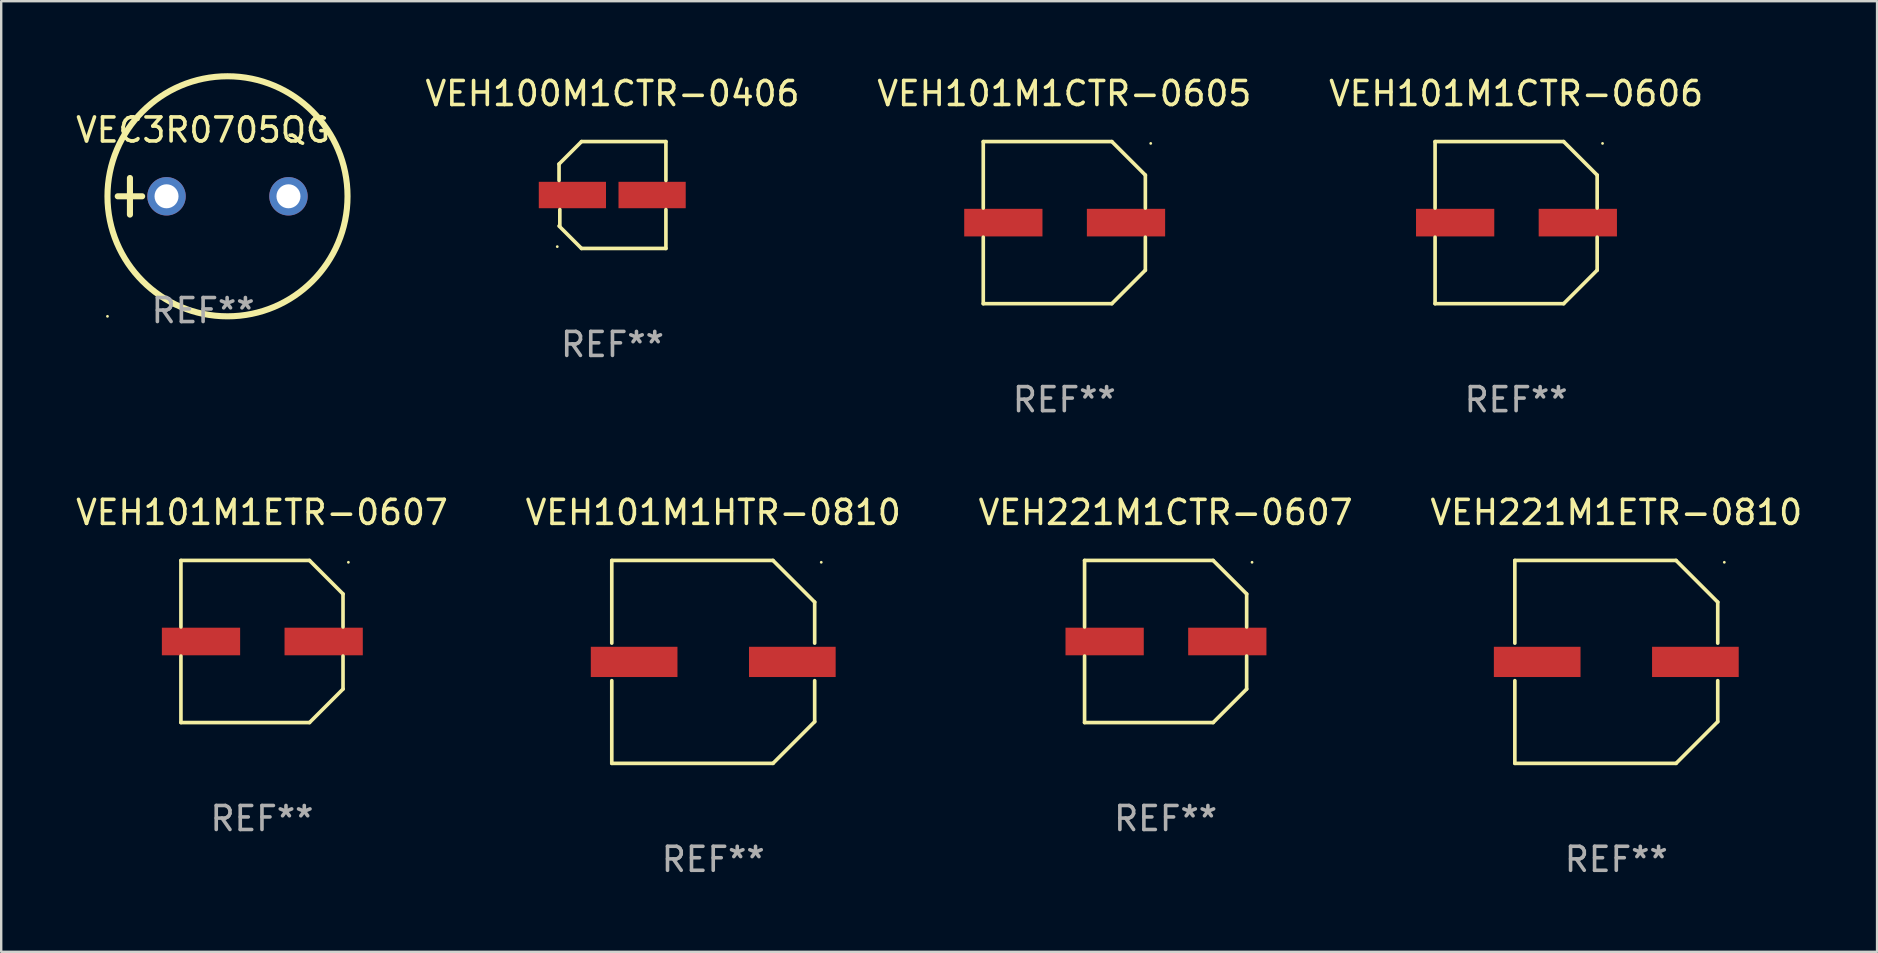
<source format=kicad_pcb>
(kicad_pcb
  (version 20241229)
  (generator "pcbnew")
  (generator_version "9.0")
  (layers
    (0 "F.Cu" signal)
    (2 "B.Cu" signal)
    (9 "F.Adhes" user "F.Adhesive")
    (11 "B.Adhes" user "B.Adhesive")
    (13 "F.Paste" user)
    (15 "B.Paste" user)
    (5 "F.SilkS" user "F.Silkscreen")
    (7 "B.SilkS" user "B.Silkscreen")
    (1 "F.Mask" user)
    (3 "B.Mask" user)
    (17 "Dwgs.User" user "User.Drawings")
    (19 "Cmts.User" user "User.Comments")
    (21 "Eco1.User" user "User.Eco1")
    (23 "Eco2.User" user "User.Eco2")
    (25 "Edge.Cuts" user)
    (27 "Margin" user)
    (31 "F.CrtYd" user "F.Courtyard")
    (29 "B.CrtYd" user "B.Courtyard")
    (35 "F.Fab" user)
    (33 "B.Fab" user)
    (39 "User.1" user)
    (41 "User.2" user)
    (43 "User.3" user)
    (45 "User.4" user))
  (footprint "VEH101M1HTR-0810"
    (layer "F.Cu")
    (at 26.661 24.523)
    (property "Reference" "VEH101M1HTR-0810" (at 0 -6.226 0) (layer "F.SilkS") (effects (font (size 1 1) (thickness 0.15))))
    (attr through_hole)
    (fp_line (start -4.226 -4.226) (end 2.49 -4.226) (stroke (width 0.152) (type solid)) (layer "F.SilkS"))
    (fp_line (start -4.226 -0.782) (end -4.226 -4.226) (stroke (width 0.152) (type solid)) (layer "F.SilkS"))
    (fp_line (start -4.226 0.782) (end -4.226 4.226) (stroke (width 0.152) (type solid)) (layer "F.SilkS"))
    (fp_line (start -4.226 4.226) (end 2.49 4.226) (stroke (width 0.152) (type solid)) (layer "F.SilkS"))
    (fp_line (start 2.49 -4.226) (end 4.226 -2.49) (stroke (width 0.152) (type solid)) (layer "F.SilkS"))
    (fp_line (start 2.49 4.226) (end 4.226 2.49) (stroke (width 0.152) (type solid)) (layer "F.SilkS"))
    (fp_line (start 4.226 -2.49) (end 4.226 -0.782) (stroke (width 0.152) (type solid)) (layer "F.SilkS"))
    (fp_line (start 4.226 2.49) (end 4.226 0.782) (stroke (width 0.152) (type solid)) (layer "F.SilkS"))
    (fp_circle (center 4.5 -4.15) (end 4.53 -4.15) (stroke (width 0.06) (type solid)) (fill no) (layer "F.SilkS"))
    (fp_text user "REF**" (at 0 8.226 0) (layer "F.Fab") (effects (font (size 1 1) (thickness 0.15))))
    (pad "1" smd rect (at 3.295 0 180) (size 3.61 1.26) (layers "F.Cu" "F.Mask" "F.Paste"))
    (pad "2" smd rect (at -3.295 0 180) (size 3.61 1.26) (layers "F.Cu" "F.Mask" "F.Paste")))
  (footprint "VEH101M1ETR-0607"
    (layer "F.Cu")
    (at 7.863 23.673)
    (property "Reference" "VEH101M1ETR-0607" (at 0 -5.376 0) (layer "F.SilkS") (effects (font (size 1 1) (thickness 0.15))))
    (attr through_hole)
    (fp_line (start -3.376 -3.376) (end 1.98 -3.376) (stroke (width 0.152) (type solid)) (layer "F.SilkS"))
    (fp_line (start -3.376 -0.607) (end -3.376 -3.376) (stroke (width 0.152) (type solid)) (layer "F.SilkS"))
    (fp_line (start -3.376 0.607) (end -3.376 3.376) (stroke (width 0.152) (type solid)) (layer "F.SilkS"))
    (fp_line (start -3.376 3.376) (end 1.98 3.376) (stroke (width 0.152) (type solid)) (layer "F.SilkS"))
    (fp_line (start 1.98 -3.376) (end 3.376 -1.98) (stroke (width 0.152) (type solid)) (layer "F.SilkS"))
    (fp_line (start 1.98 3.376) (end 3.376 1.98) (stroke (width 0.152) (type solid)) (layer "F.SilkS"))
    (fp_line (start 3.376 -1.98) (end 3.376 -0.607) (stroke (width 0.152) (type solid)) (layer "F.SilkS"))
    (fp_line (start 3.376 1.98) (end 3.376 0.607) (stroke (width 0.152) (type solid)) (layer "F.SilkS"))
    (fp_circle (center 3.6 -3.3) (end 3.63 -3.3) (stroke (width 0.06) (type solid)) (fill no) (layer "F.SilkS"))
    (fp_text user "REF**" (at 0 7.376 0) (layer "F.Fab") (effects (font (size 1 1) (thickness 0.15))))
    (pad "1" smd rect (at 2.57 0 180) (size 3.26 1.15) (layers "F.Cu" "F.Mask" "F.Paste"))
    (pad "2" smd rect (at -2.54 0 180) (size 3.26 1.15) (layers "F.Cu" "F.Mask" "F.Paste")))
  (footprint "VEH101M1CTR-0606"
    (layer "F.Cu")
    (at 60.107 6.224)
    (property "Reference" "VEH101M1CTR-0606" (at 0 -5.376 0) (layer "F.SilkS") (effects (font (size 1 1) (thickness 0.15))))
    (attr through_hole)
    (fp_line (start -3.376 -3.376) (end 1.98 -3.376) (stroke (width 0.152) (type solid)) (layer "F.SilkS"))
    (fp_line (start -3.376 -0.607) (end -3.376 -3.376) (stroke (width 0.152) (type solid)) (layer "F.SilkS"))
    (fp_line (start -3.376 0.607) (end -3.376 3.376) (stroke (width 0.152) (type solid)) (layer "F.SilkS"))
    (fp_line (start -3.376 3.376) (end 1.98 3.376) (stroke (width 0.152) (type solid)) (layer "F.SilkS"))
    (fp_line (start 1.98 -3.376) (end 3.376 -1.98) (stroke (width 0.152) (type solid)) (layer "F.SilkS"))
    (fp_line (start 1.98 3.376) (end 3.376 1.98) (stroke (width 0.152) (type solid)) (layer "F.SilkS"))
    (fp_line (start 3.376 -1.98) (end 3.376 -0.607) (stroke (width 0.152) (type solid)) (layer "F.SilkS"))
    (fp_line (start 3.376 1.98) (end 3.376 0.607) (stroke (width 0.152) (type solid)) (layer "F.SilkS"))
    (fp_circle (center 3.6 -3.3) (end 3.63 -3.3) (stroke (width 0.06) (type solid)) (fill no) (layer "F.SilkS"))
    (fp_text user "REF**" (at 0 7.376 0) (layer "F.Fab") (effects (font (size 1 1) (thickness 0.15))))
    (pad "1" smd rect (at 2.57 0 180) (size 3.26 1.15) (layers "F.Cu" "F.Mask" "F.Paste"))
    (pad "2" smd rect (at -2.54 0 180) (size 3.26 1.15) (layers "F.Cu" "F.Mask" "F.Paste")))
  (footprint "VEH221M1ETR-0810"
    (layer "F.Cu")
    (at 64.28 24.523)
    (property "Reference" "VEH221M1ETR-0810" (at 0 -6.226 0) (layer "F.SilkS") (effects (font (size 1 1) (thickness 0.15))))
    (attr through_hole)
    (fp_line (start -4.226 -4.226) (end 2.49 -4.226) (stroke (width 0.152) (type solid)) (layer "F.SilkS"))
    (fp_line (start -4.226 -0.782) (end -4.226 -4.226) (stroke (width 0.152) (type solid)) (layer "F.SilkS"))
    (fp_line (start -4.226 0.782) (end -4.226 4.226) (stroke (width 0.152) (type solid)) (layer "F.SilkS"))
    (fp_line (start -4.226 4.226) (end 2.49 4.226) (stroke (width 0.152) (type solid)) (layer "F.SilkS"))
    (fp_line (start 2.49 -4.226) (end 4.226 -2.49) (stroke (width 0.152) (type solid)) (layer "F.SilkS"))
    (fp_line (start 2.49 4.226) (end 4.226 2.49) (stroke (width 0.152) (type solid)) (layer "F.SilkS"))
    (fp_line (start 4.226 -2.49) (end 4.226 -0.782) (stroke (width 0.152) (type solid)) (layer "F.SilkS"))
    (fp_line (start 4.226 2.49) (end 4.226 0.782) (stroke (width 0.152) (type solid)) (layer "F.SilkS"))
    (fp_circle (center 4.5 -4.15) (end 4.53 -4.15) (stroke (width 0.06) (type solid)) (fill no) (layer "F.SilkS"))
    (fp_text user "REF**" (at 0 8.226 0) (layer "F.Fab") (effects (font (size 1 1) (thickness 0.15))))
    (pad "1" smd rect (at 3.295 0 180) (size 3.61 1.26) (layers "F.Cu" "F.Mask" "F.Paste"))
    (pad "2" smd rect (at -3.295 0 180) (size 3.61 1.26) (layers "F.Cu" "F.Mask" "F.Paste")))
  (footprint "VEC3R0705QG"
    (layer "F.Cu")
    (at 5.411 5.127)
    (property "Reference" "VEC3R0705QG" (at 0 -2.762 0) (layer "F.SilkS") (effects (font (size 1 1) (thickness 0.15))))
    (attr through_hole)
    (fp_line (start -3.556 0) (end -2.54 0) (stroke (width 0.254) (type solid)) (layer "F.SilkS"))
    (fp_line (start -3.048 -0.762) (end -3.048 0.762) (stroke (width 0.254) (type solid)) (layer "F.SilkS"))
    (fp_circle (center -3.984 5) (end -3.954 5) (stroke (width 0.06) (type solid)) (fill no) (layer "F.SilkS"))
    (fp_circle (center 1.016 0) (end 6.016 0) (stroke (width 0.254) (type solid)) (fill no) (layer "F.SilkS"))
    (fp_text user "REF**" (at 0 4.762 0) (layer "F.Fab") (effects (font (size 1 1) (thickness 0.15))))
    (pad "1" thru_hole circle (at -1.524 0) (size 1.6 1.6) (drill 1) (layers "*.Cu" "*.Mask"))
    (pad "2" thru_hole circle (at 3.556 0) (size 1.6 1.6) (drill 1) (layers "*.Cu" "*.Mask")))
  (footprint "VEH221M1CTR-0607"
    (layer "F.Cu")
    (at 45.506 23.673)
    (property "Reference" "VEH221M1CTR-0607" (at 0 -5.376 0) (layer "F.SilkS") (effects (font (size 1 1) (thickness 0.15))))
    (attr through_hole)
    (fp_line (start -3.376 -3.376) (end 1.98 -3.376) (stroke (width 0.152) (type solid)) (layer "F.SilkS"))
    (fp_line (start -3.376 -0.607) (end -3.376 -3.376) (stroke (width 0.152) (type solid)) (layer "F.SilkS"))
    (fp_line (start -3.376 0.607) (end -3.376 3.376) (stroke (width 0.152) (type solid)) (layer "F.SilkS"))
    (fp_line (start -3.376 3.376) (end 1.98 3.376) (stroke (width 0.152) (type solid)) (layer "F.SilkS"))
    (fp_line (start 1.98 -3.376) (end 3.376 -1.98) (stroke (width 0.152) (type solid)) (layer "F.SilkS"))
    (fp_line (start 1.98 3.376) (end 3.376 1.98) (stroke (width 0.152) (type solid)) (layer "F.SilkS"))
    (fp_line (start 3.376 -1.98) (end 3.376 -0.607) (stroke (width 0.152) (type solid)) (layer "F.SilkS"))
    (fp_line (start 3.376 1.98) (end 3.376 0.607) (stroke (width 0.152) (type solid)) (layer "F.SilkS"))
    (fp_circle (center 3.6 -3.3) (end 3.63 -3.3) (stroke (width 0.06) (type solid)) (fill no) (layer "F.SilkS"))
    (fp_text user "REF**" (at 0 7.376 0) (layer "F.Fab") (effects (font (size 1 1) (thickness 0.15))))
    (pad "1" smd rect (at 2.57 0 180) (size 3.26 1.15) (layers "F.Cu" "F.Mask" "F.Paste"))
    (pad "2" smd rect (at -2.54 0 180) (size 3.26 1.15) (layers "F.Cu" "F.Mask" "F.Paste")))
  (footprint "VEH101M1CTR-0605"
    (layer "F.Cu")
    (at 41.286 6.224)
    (property "Reference" "VEH101M1CTR-0605" (at 0 -5.376 0) (layer "F.SilkS") (effects (font (size 1 1) (thickness 0.15))))
    (attr through_hole)
    (fp_line (start -3.376 -3.376) (end 1.98 -3.376) (stroke (width 0.152) (type solid)) (layer "F.SilkS"))
    (fp_line (start -3.376 -0.607) (end -3.376 -3.376) (stroke (width 0.152) (type solid)) (layer "F.SilkS"))
    (fp_line (start -3.376 0.607) (end -3.376 3.376) (stroke (width 0.152) (type solid)) (layer "F.SilkS"))
    (fp_line (start -3.376 3.376) (end 1.98 3.376) (stroke (width 0.152) (type solid)) (layer "F.SilkS"))
    (fp_line (start 1.98 -3.376) (end 3.376 -1.98) (stroke (width 0.152) (type solid)) (layer "F.SilkS"))
    (fp_line (start 1.98 3.376) (end 3.376 1.98) (stroke (width 0.152) (type solid)) (layer "F.SilkS"))
    (fp_line (start 3.376 -1.98) (end 3.376 -0.607) (stroke (width 0.152) (type solid)) (layer "F.SilkS"))
    (fp_line (start 3.376 1.98) (end 3.376 0.607) (stroke (width 0.152) (type solid)) (layer "F.SilkS"))
    (fp_circle (center 3.6 -3.3) (end 3.63 -3.3) (stroke (width 0.06) (type solid)) (fill no) (layer "F.SilkS"))
    (fp_text user "REF**" (at 0 7.376 0) (layer "F.Fab") (effects (font (size 1 1) (thickness 0.15))))
    (pad "1" smd rect (at 2.57 0 180) (size 3.26 1.15) (layers "F.Cu" "F.Mask" "F.Paste"))
    (pad "2" smd rect (at -2.54 0 180) (size 3.26 1.15) (layers "F.Cu" "F.Mask" "F.Paste")))
  (footprint "VEH100M1CTR-0406"
    (layer "F.Cu")
    (at 22.464 5.074)
    (property "Reference" "VEH100M1CTR-0406" (at 0 -4.226 0) (layer "F.SilkS") (effects (font (size 1 1) (thickness 0.15))))
    (attr through_hole)
    (fp_line (start -2.226 -1.29) (end -2.226 -0.607) (stroke (width 0.152) (type solid)) (layer "F.SilkS"))
    (fp_line (start -2.193 1.29) (end -2.193 0.607) (stroke (width 0.152) (type solid)) (layer "F.SilkS"))
    (fp_line (start -1.29 2.226) (end -2.226 1.29) (stroke (width 0.152) (type solid)) (layer "F.SilkS"))
    (fp_line (start -1.29 -2.226) (end -2.226 -1.29) (stroke (width 0.152) (type solid)) (layer "F.SilkS"))
    (fp_line (start 2.226 -2.226) (end -1.29 -2.226) (stroke (width 0.152) (type solid)) (layer "F.SilkS"))
    (fp_line (start 2.226 -0.607) (end 2.226 -2.226) (stroke (width 0.152) (type solid)) (layer "F.SilkS"))
    (fp_line (start 2.226 0.607) (end 2.226 2.226) (stroke (width 0.152) (type solid)) (layer "F.SilkS"))
    (fp_line (start 2.226 2.226) (end -1.29 2.226) (stroke (width 0.152) (type solid)) (layer "F.SilkS"))
    (fp_circle (center -2.3 2.15) (end -2.27 2.15) (stroke (width 0.06) (type solid)) (fill no) (layer "F.SilkS"))
    (fp_text user "REF**" (at 0 6.226 0) (layer "F.Fab") (effects (font (size 1 1) (thickness 0.15))))
    (pad "1" smd rect (at -1.67 -0.000025) (size 2.8 1.1) (layers "F.Cu" "F.Mask" "F.Paste"))
    (pad "2" smd rect (at 1.651 -0.000025) (size 2.8 1.1) (layers "F.Cu" "F.Mask" "F.Paste")))
  (gr_rect
    (start -3 -3)
    (end 75.143 36.598)
    (stroke (width 0.1) (type default))
    (fill no)
    (layer "Edge.Cuts")))
</source>
